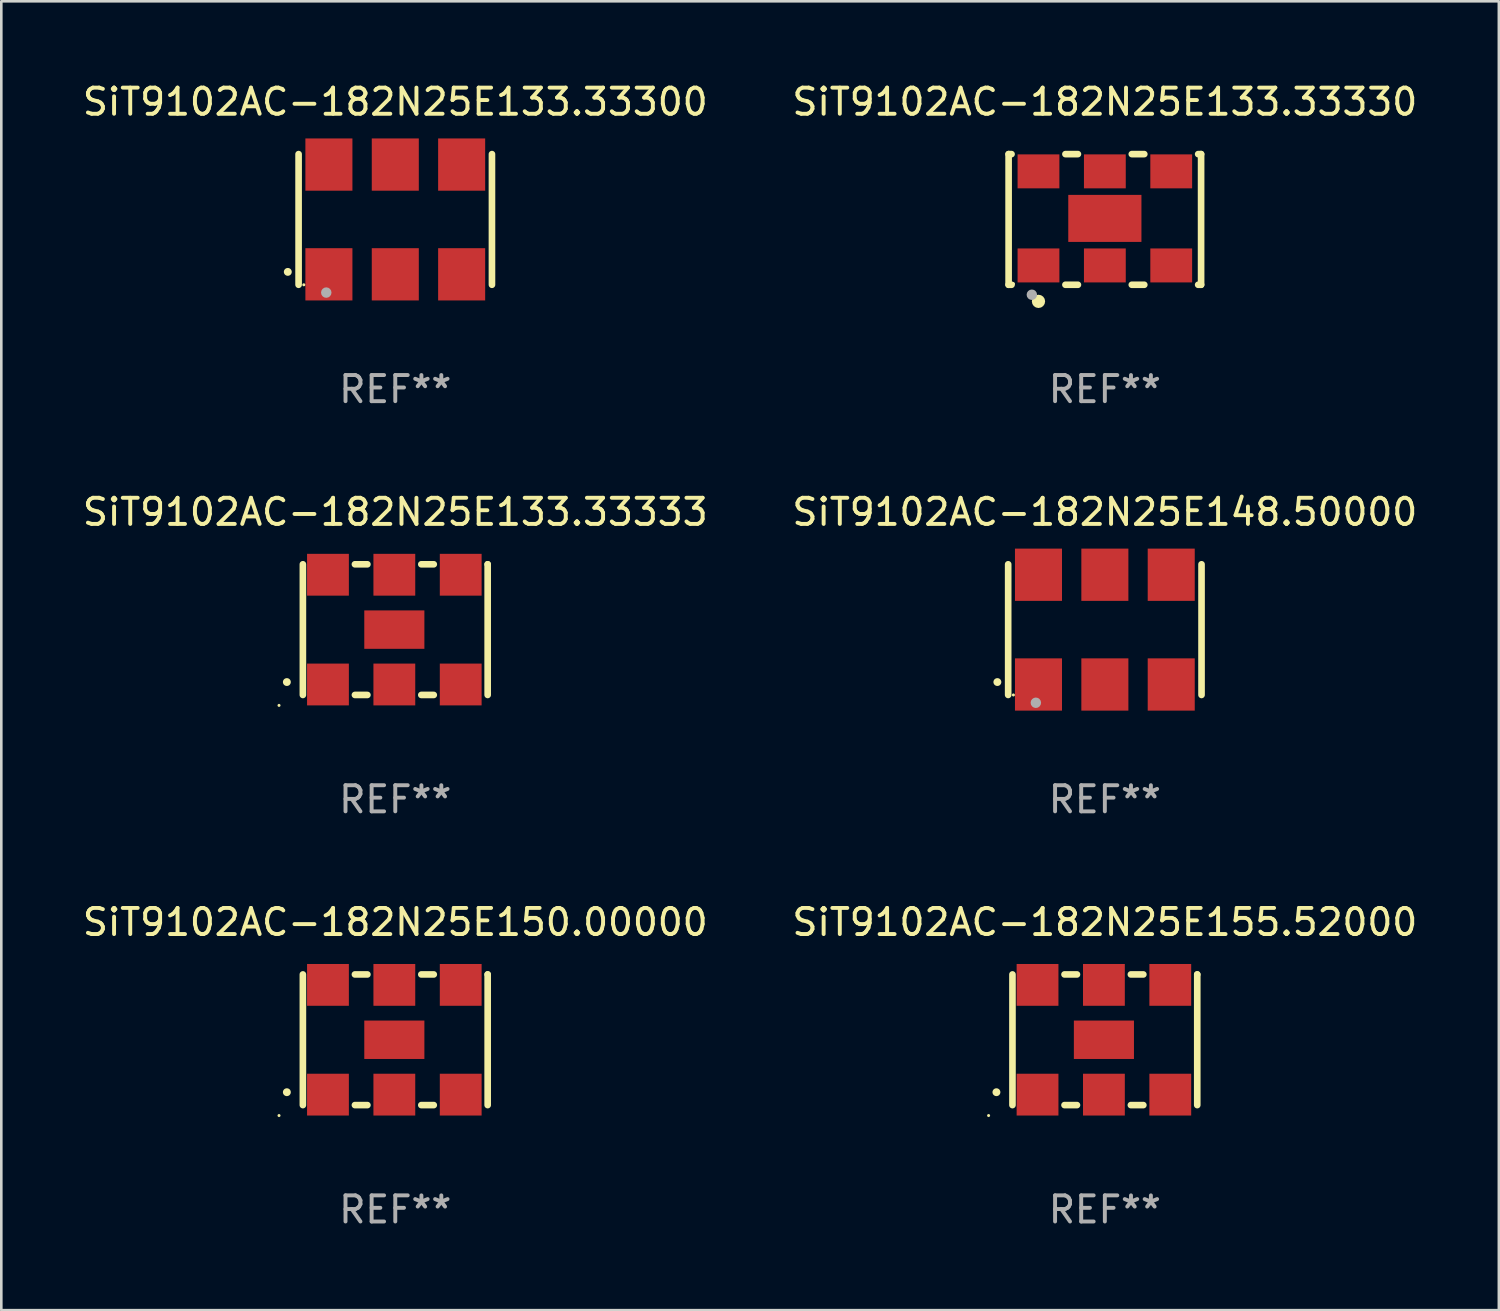
<source format=kicad_pcb>
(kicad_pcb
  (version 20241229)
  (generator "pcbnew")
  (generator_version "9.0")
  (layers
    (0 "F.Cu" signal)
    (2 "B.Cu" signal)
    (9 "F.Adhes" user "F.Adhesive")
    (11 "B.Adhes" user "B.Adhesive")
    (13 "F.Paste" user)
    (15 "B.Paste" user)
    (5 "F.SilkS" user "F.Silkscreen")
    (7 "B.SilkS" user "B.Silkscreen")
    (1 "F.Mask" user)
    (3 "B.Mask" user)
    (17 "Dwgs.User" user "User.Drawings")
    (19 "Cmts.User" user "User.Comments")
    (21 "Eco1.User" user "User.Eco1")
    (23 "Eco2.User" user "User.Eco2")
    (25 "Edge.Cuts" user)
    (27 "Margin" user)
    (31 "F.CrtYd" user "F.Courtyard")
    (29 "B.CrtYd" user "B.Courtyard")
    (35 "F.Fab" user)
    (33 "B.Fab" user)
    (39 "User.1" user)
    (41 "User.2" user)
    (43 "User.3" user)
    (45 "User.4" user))
  (footprint "SiT9102AC-182N25E150.00000"
    (layer "F.Cu")
    (at 12.077 36.741)
    (property "Reference" "SiT9102AC-182N25E150.00000" (at 0 -4.5 0) (layer "F.SilkS") (effects (font (size 1 1) (thickness 0.15))))
    (attr through_hole)
    (fp_line (start -3.536 -2.5) (end -3.536 2.5) (stroke (width 0.254) (type solid)) (layer "F.SilkS"))
    (fp_line (start -1.544 2.5) (end -1.067 2.5) (stroke (width 0.254) (type solid)) (layer "F.SilkS"))
    (fp_line (start -1.067 -2.5) (end -1.544 -2.5) (stroke (width 0.254) (type solid)) (layer "F.SilkS"))
    (fp_line (start 0.996 2.5) (end 1.473 2.5) (stroke (width 0.254) (type solid)) (layer "F.SilkS"))
    (fp_line (start 1.473 -2.5) (end 0.996 -2.5) (stroke (width 0.254) (type solid)) (layer "F.SilkS"))
    (fp_line (start 3.536 -2.5) (end 3.536 -2.5) (stroke (width 0.254) (type solid)) (layer "F.SilkS"))
    (fp_line (start 3.536 2.5) (end 3.536 -2.5) (stroke (width 0.254) (type solid)) (layer "F.SilkS"))
    (fp_arc (start -4.150432 2.006604) (mid -4.149162 2.006599) (end -4.147892 2.006604) (stroke (width 0.3) (type solid)) (layer "F.SilkS"))
    (fp_circle (center -4.449 2.9) (end -4.419 2.9) (stroke (width 0.06) (type solid)) (fill no) (layer "F.SilkS"))
    (fp_text user "REF**" (at 0 6.5 0) (layer "F.Fab") (effects (font (size 1 1) (thickness 0.15))))
    (pad "1" smd rect (at -2.576 2.1) (size 1.6 1.6) (layers "F.Cu" "F.Mask" "F.Paste"))
    (pad "2" smd rect (at -0.036 2.1) (size 1.6 1.6) (layers "F.Cu" "F.Mask" "F.Paste"))
    (pad "3" smd rect (at 2.504 2.1) (size 1.6 1.6) (layers "F.Cu" "F.Mask" "F.Paste"))
    (pad "4" smd rect (at 2.504 -2.1) (size 1.6 1.6) (layers "F.Cu" "F.Mask" "F.Paste"))
    (pad "5" smd rect (at -0.036 -2.1) (size 1.6 1.6) (layers "F.Cu" "F.Mask" "F.Paste"))
    (pad "6" smd rect (at -2.576 -2.1) (size 1.6 1.6) (layers "F.Cu" "F.Mask" "F.Paste"))
    (pad "7" smd rect (at -0.036 0) (size 2.3 1.47) (layers "F.Cu" "F.Mask" "F.Paste")))
  (footprint "SiT9102AC-182N25E155.52000"
    (layer "F.Cu")
    (at 39.232 36.741)
    (property "Reference" "SiT9102AC-182N25E155.52000" (at 0 -4.5 0) (layer "F.SilkS") (effects (font (size 1 1) (thickness 0.15))))
    (attr through_hole)
    (fp_line (start -3.536 -2.5) (end -3.536 2.5) (stroke (width 0.254) (type solid)) (layer "F.SilkS"))
    (fp_line (start -1.544 2.5) (end -1.067 2.5) (stroke (width 0.254) (type solid)) (layer "F.SilkS"))
    (fp_line (start -1.067 -2.5) (end -1.544 -2.5) (stroke (width 0.254) (type solid)) (layer "F.SilkS"))
    (fp_line (start 0.996 2.5) (end 1.473 2.5) (stroke (width 0.254) (type solid)) (layer "F.SilkS"))
    (fp_line (start 1.473 -2.5) (end 0.996 -2.5) (stroke (width 0.254) (type solid)) (layer "F.SilkS"))
    (fp_line (start 3.536 -2.5) (end 3.536 -2.5) (stroke (width 0.254) (type solid)) (layer "F.SilkS"))
    (fp_line (start 3.536 2.5) (end 3.536 -2.5) (stroke (width 0.254) (type solid)) (layer "F.SilkS"))
    (fp_arc (start -4.150432 2.006604) (mid -4.149162 2.006599) (end -4.147892 2.006604) (stroke (width 0.3) (type solid)) (layer "F.SilkS"))
    (fp_circle (center -4.449 2.9) (end -4.419 2.9) (stroke (width 0.06) (type solid)) (fill no) (layer "F.SilkS"))
    (fp_text user "REF**" (at 0 6.5 0) (layer "F.Fab") (effects (font (size 1 1) (thickness 0.15))))
    (pad "1" smd rect (at -2.576 2.1) (size 1.6 1.6) (layers "F.Cu" "F.Mask" "F.Paste"))
    (pad "2" smd rect (at -0.036 2.1) (size 1.6 1.6) (layers "F.Cu" "F.Mask" "F.Paste"))
    (pad "3" smd rect (at 2.504 2.1) (size 1.6 1.6) (layers "F.Cu" "F.Mask" "F.Paste"))
    (pad "4" smd rect (at 2.504 -2.1) (size 1.6 1.6) (layers "F.Cu" "F.Mask" "F.Paste"))
    (pad "5" smd rect (at -0.036 -2.1) (size 1.6 1.6) (layers "F.Cu" "F.Mask" "F.Paste"))
    (pad "6" smd rect (at -2.576 -2.1) (size 1.6 1.6) (layers "F.Cu" "F.Mask" "F.Paste"))
    (pad "7" smd rect (at -0.036 0) (size 2.3 1.47) (layers "F.Cu" "F.Mask" "F.Paste")))
  (footprint "SiT9102AC-182N25E133.33333"
    (layer "F.Cu")
    (at 12.077 21.045)
    (property "Reference" "SiT9102AC-182N25E133.33333" (at 0 -4.5 0) (layer "F.SilkS") (effects (font (size 1 1) (thickness 0.15))))
    (attr through_hole)
    (fp_line (start -3.536 -2.5) (end -3.536 2.5) (stroke (width 0.254) (type solid)) (layer "F.SilkS"))
    (fp_line (start -1.544 2.5) (end -1.067 2.5) (stroke (width 0.254) (type solid)) (layer "F.SilkS"))
    (fp_line (start -1.067 -2.5) (end -1.544 -2.5) (stroke (width 0.254) (type solid)) (layer "F.SilkS"))
    (fp_line (start 0.996 2.5) (end 1.473 2.5) (stroke (width 0.254) (type solid)) (layer "F.SilkS"))
    (fp_line (start 1.473 -2.5) (end 0.996 -2.5) (stroke (width 0.254) (type solid)) (layer "F.SilkS"))
    (fp_line (start 3.536 -2.5) (end 3.536 -2.5) (stroke (width 0.254) (type solid)) (layer "F.SilkS"))
    (fp_line (start 3.536 2.5) (end 3.536 -2.5) (stroke (width 0.254) (type solid)) (layer "F.SilkS"))
    (fp_arc (start -4.150432 2.006604) (mid -4.149162 2.006599) (end -4.147892 2.006604) (stroke (width 0.3) (type solid)) (layer "F.SilkS"))
    (fp_circle (center -4.449 2.9) (end -4.419 2.9) (stroke (width 0.06) (type solid)) (fill no) (layer "F.SilkS"))
    (fp_text user "REF**" (at 0 6.5 0) (layer "F.Fab") (effects (font (size 1 1) (thickness 0.15))))
    (pad "1" smd rect (at -2.576 2.1) (size 1.6 1.6) (layers "F.Cu" "F.Mask" "F.Paste"))
    (pad "2" smd rect (at -0.036 2.1) (size 1.6 1.6) (layers "F.Cu" "F.Mask" "F.Paste"))
    (pad "3" smd rect (at 2.504 2.1) (size 1.6 1.6) (layers "F.Cu" "F.Mask" "F.Paste"))
    (pad "4" smd rect (at 2.504 -2.1) (size 1.6 1.6) (layers "F.Cu" "F.Mask" "F.Paste"))
    (pad "5" smd rect (at -0.036 -2.1) (size 1.6 1.6) (layers "F.Cu" "F.Mask" "F.Paste"))
    (pad "6" smd rect (at -2.576 -2.1) (size 1.6 1.6) (layers "F.Cu" "F.Mask" "F.Paste"))
    (pad "7" smd rect (at -0.036 0) (size 2.3 1.47) (layers "F.Cu" "F.Mask" "F.Paste")))
  (footprint "SiT9102AC-182N25E133.33330"
    (layer "F.Cu")
    (at 39.232 5.348)
    (property "Reference" "SiT9102AC-182N25E133.33330" (at 0 -4.5 0) (layer "F.SilkS") (effects (font (size 1 1) (thickness 0.15))))
    (attr through_hole)
    (fp_line (start -3.683 -2.5) (end -3.571 -2.5) (stroke (width 0.254) (type solid)) (layer "F.SilkS"))
    (fp_line (start -3.683 2.5) (end -3.683 -2.5) (stroke (width 0.254) (type solid)) (layer "F.SilkS"))
    (fp_line (start -3.683 2.5) (end -3.571 2.5) (stroke (width 0.254) (type solid)) (layer "F.SilkS"))
    (fp_line (start -1.509 -2.5) (end -1.031 -2.5) (stroke (width 0.254) (type solid)) (layer "F.SilkS"))
    (fp_line (start -1.509 2.5) (end -1.031 2.5) (stroke (width 0.254) (type solid)) (layer "F.SilkS"))
    (fp_line (start 1.031 -2.5) (end 1.509 -2.5) (stroke (width 0.254) (type solid)) (layer "F.SilkS"))
    (fp_line (start 1.031 2.5) (end 1.509 2.5) (stroke (width 0.254) (type solid)) (layer "F.SilkS"))
    (fp_line (start 3.571 -2.5) (end 3.683 -2.5) (stroke (width 0.254) (type solid)) (layer "F.SilkS"))
    (fp_line (start 3.571 2.5) (end 3.683 2.5) (stroke (width 0.254) (type solid)) (layer "F.SilkS"))
    (fp_line (start 3.683 2.5) (end 3.683 -2.5) (stroke (width 0.254) (type solid)) (layer "F.SilkS"))
    (fp_circle (center -3.5 2.46) (end -3.47 2.46) (stroke (width 0.06) (type solid)) (fill no) (layer "F.SilkS"))
    (fp_circle (center -2.54 3.135) (end -2.413 3.135) (stroke (width 0.254) (type solid)) (fill no) (layer "F.SilkS"))
    (fp_circle (center -2.794 2.881) (end -2.694 2.881) (stroke (width 0.2) (type solid)) (fill no) (layer "F.Fab"))
    (fp_text user "REF**" (at 0 6.5 0) (layer "F.Fab") (effects (font (size 1 1) (thickness 0.15))))
    (pad "1" smd rect (at -2.54 1.76) (size 1.6 1.3) (layers "F.Cu" "F.Mask" "F.Paste"))
    (pad "2" smd rect (at 0 1.76) (size 1.6 1.3) (layers "F.Cu" "F.Mask" "F.Paste"))
    (pad "3" smd rect (at 2.54 1.76) (size 1.6 1.3) (layers "F.Cu" "F.Mask" "F.Paste"))
    (pad "4" smd rect (at 2.54 -1.84) (size 1.6 1.3) (layers "F.Cu" "F.Mask" "F.Paste"))
    (pad "5" smd rect (at 0 -1.84) (size 1.6 1.3) (layers "F.Cu" "F.Mask" "F.Paste"))
    (pad "6" smd rect (at -2.54 -1.84) (size 1.6 1.3) (layers "F.Cu" "F.Mask" "F.Paste"))
    (pad "7" smd rect (at 0 -0.04) (size 2.8 1.8) (layers "F.Cu" "F.Mask" "F.Paste")))
  (footprint "SiT9102AC-182N25E148.50000"
    (layer "F.Cu")
    (at 39.232 21.045)
    (property "Reference" "SiT9102AC-182N25E148.50000" (at 0 -4.5 0) (layer "F.SilkS") (effects (font (size 1 1) (thickness 0.15))))
    (attr through_hole)
    (fp_line (start -3.7 -2.5) (end -3.7 2.5) (stroke (width 0.254) (type solid)) (layer "F.SilkS"))
    (fp_line (start 3.7 -2.5) (end 3.7 2.5) (stroke (width 0.254) (type solid)) (layer "F.SilkS"))
    (fp_arc (start -4.114415 2.006604) (mid -4.113145 2.006599) (end -4.111875 2.006604) (stroke (width 0.3) (type solid)) (layer "F.SilkS"))
    (fp_circle (center -3.5 2.501) (end -3.47 2.501) (stroke (width 0.06) (type solid)) (fill no) (layer "F.SilkS"))
    (fp_circle (center -2.641 2.799) (end -2.541 2.799) (stroke (width 0.2) (type solid)) (fill no) (layer "F.Fab"))
    (fp_text user "REF**" (at 0 6.5 0) (layer "F.Fab") (effects (font (size 1 1) (thickness 0.15))))
    (pad "1" smd rect (at -2.54 2.1) (size 1.8 2) (layers "F.Cu" "F.Mask" "F.Paste"))
    (pad "2" smd rect (at 0.000394 2.1) (size 1.8 2) (layers "F.Cu" "F.Mask" "F.Paste"))
    (pad "3" smd rect (at 2.54 2.1) (size 1.8 2) (layers "F.Cu" "F.Mask" "F.Paste"))
    (pad "4" smd rect (at 2.54 -2.1) (size 1.8 2) (layers "F.Cu" "F.Mask" "F.Paste"))
    (pad "5" smd rect (at 0.000394 -2.1) (size 1.8 2) (layers "F.Cu" "F.Mask" "F.Paste"))
    (pad "6" smd rect (at -2.54 -2.1) (size 1.8 2) (layers "F.Cu" "F.Mask" "F.Paste")))
  (footprint "SiT9102AC-182N25E133.33300"
    (layer "F.Cu")
    (at 12.077 5.348)
    (property "Reference" "SiT9102AC-182N25E133.33300" (at 0 -4.5 0) (layer "F.SilkS") (effects (font (size 1 1) (thickness 0.15))))
    (attr through_hole)
    (fp_line (start -3.7 -2.5) (end -3.7 2.5) (stroke (width 0.254) (type solid)) (layer "F.SilkS"))
    (fp_line (start 3.7 -2.5) (end 3.7 2.5) (stroke (width 0.254) (type solid)) (layer "F.SilkS"))
    (fp_arc (start -4.114415 2.006604) (mid -4.113145 2.006599) (end -4.111875 2.006604) (stroke (width 0.3) (type solid)) (layer "F.SilkS"))
    (fp_circle (center -3.5 2.501) (end -3.47 2.501) (stroke (width 0.06) (type solid)) (fill no) (layer "F.SilkS"))
    (fp_circle (center -2.641 2.799) (end -2.541 2.799) (stroke (width 0.2) (type solid)) (fill no) (layer "F.Fab"))
    (fp_text user "REF**" (at 0 6.5 0) (layer "F.Fab") (effects (font (size 1 1) (thickness 0.15))))
    (pad "1" smd rect (at -2.54 2.1) (size 1.8 2) (layers "F.Cu" "F.Mask" "F.Paste"))
    (pad "2" smd rect (at 0.000394 2.1) (size 1.8 2) (layers "F.Cu" "F.Mask" "F.Paste"))
    (pad "3" smd rect (at 2.54 2.1) (size 1.8 2) (layers "F.Cu" "F.Mask" "F.Paste"))
    (pad "4" smd rect (at 2.54 -2.1) (size 1.8 2) (layers "F.Cu" "F.Mask" "F.Paste"))
    (pad "5" smd rect (at 0.000394 -2.1) (size 1.8 2) (layers "F.Cu" "F.Mask" "F.Paste"))
    (pad "6" smd rect (at -2.54 -2.1) (size 1.8 2) (layers "F.Cu" "F.Mask" "F.Paste")))
  (gr_rect
    (start -3 -3)
    (end 54.31 47.09)
    (stroke (width 0.1) (type default))
    (fill no)
    (layer "Edge.Cuts")))
</source>
